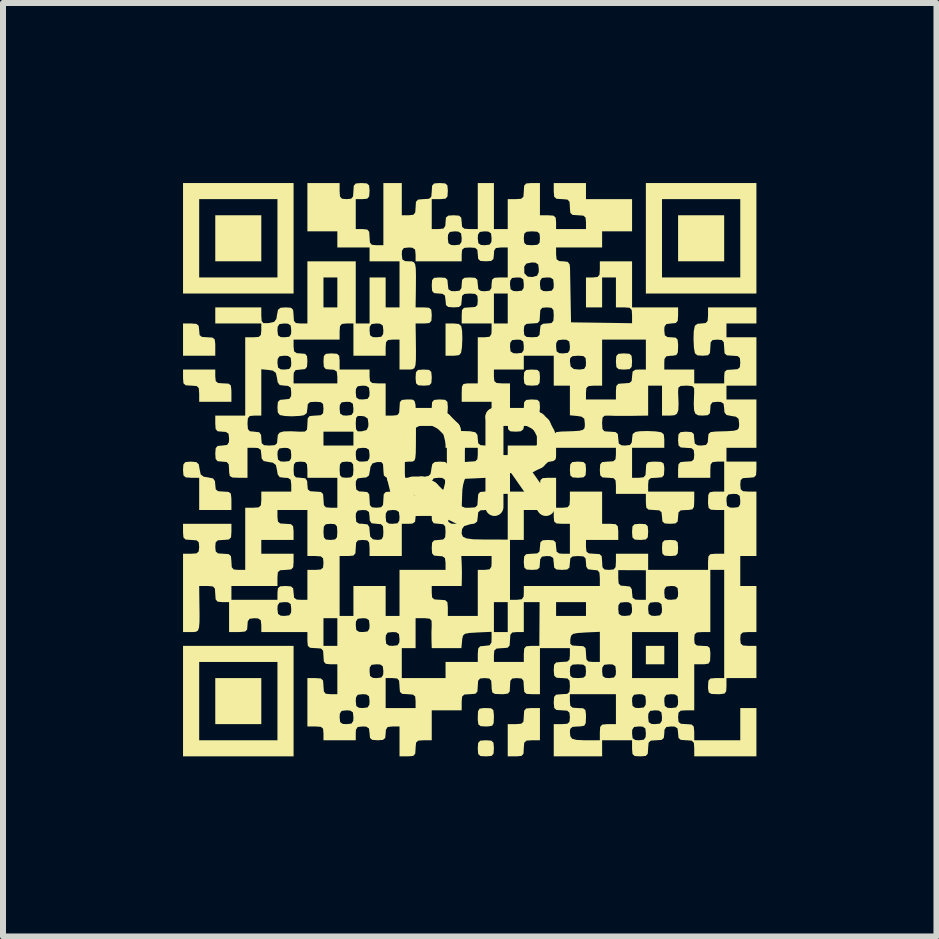
<source format=kicad_pcb>
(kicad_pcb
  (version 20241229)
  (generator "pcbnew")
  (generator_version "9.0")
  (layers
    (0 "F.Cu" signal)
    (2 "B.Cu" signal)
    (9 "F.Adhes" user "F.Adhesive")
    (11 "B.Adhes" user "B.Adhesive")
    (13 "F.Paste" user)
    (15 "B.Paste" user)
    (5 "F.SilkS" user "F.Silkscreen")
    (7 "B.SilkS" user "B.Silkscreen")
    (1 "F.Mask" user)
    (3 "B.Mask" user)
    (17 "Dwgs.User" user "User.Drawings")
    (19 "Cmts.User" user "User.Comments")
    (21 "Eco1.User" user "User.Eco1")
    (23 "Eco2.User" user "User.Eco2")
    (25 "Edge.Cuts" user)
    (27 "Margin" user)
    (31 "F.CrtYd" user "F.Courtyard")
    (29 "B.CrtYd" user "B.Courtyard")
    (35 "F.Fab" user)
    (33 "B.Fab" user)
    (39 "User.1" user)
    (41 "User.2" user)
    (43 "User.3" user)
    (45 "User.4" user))
  (footprint "QR"
    (layer "F.Cu")
    (at 4.796 4.719)
    (property "Reference" "QR" (at 0 0 0) (layer "F.SilkS") (effects (font (size 1.5 1.5) (thickness 0.3))))
    (attr board_only exclude_from_pos_files exclude_from_bom)
    (fp_poly (pts (xy -3.492 -3.798) (xy -3.492 -3.415) (xy -3.875 -3.415) (xy -4.259 -3.415) (xy -4.259 -3.798) (xy -4.259 -4.182) (xy -3.875 -4.182) (xy -3.492 -4.182)) (stroke (width 0) (type solid)) (fill yes) (layer "F.SilkS"))
    (fp_poly (pts (xy -3.492 3.914) (xy -3.492 4.297) (xy -3.875 4.297) (xy -4.259 4.297) (xy -4.259 3.914) (xy -4.259 3.53) (xy -3.875 3.53) (xy -3.492 3.53)) (stroke (width 0) (type solid)) (fill yes) (layer "F.SilkS"))
    (fp_poly (pts (xy 3.223 3.146) (xy 3.223 3.3) (xy 3.069 3.3) (xy 2.916 3.3) (xy 2.916 3.146) (xy 2.916 2.993) (xy 3.069 2.993) (xy 3.223 2.993)) (stroke (width 0) (type solid)) (fill yes) (layer "F.SilkS"))
    (fp_poly (pts (xy 4.221 -3.798) (xy 4.221 -3.415) (xy 3.837 -3.415) (xy 3.453 -3.415) (xy 3.453 -3.798) (xy 3.453 -4.182) (xy 3.837 -4.182) (xy 4.221 -4.182)) (stroke (width 0) (type solid)) (fill yes) (layer "F.SilkS"))
    (fp_poly (pts (xy -0.2 -2.371) (xy -0.16 -2.334) (xy -0.146 -2.254) (xy -0.142 -2.126) (xy -0.148 -1.989) (xy -0.148 -1.986) (xy -0.163 -1.891) (xy -0.197 -1.851) (xy -0.275 -1.842) (xy -0.292 -1.842) (xy -0.422 -1.842) (xy -0.422 -2.11) (xy -0.422 -2.379) (xy -0.29 -2.379)) (stroke (width 0) (type solid)) (fill yes) (layer "F.SilkS"))
    (fp_poly (pts (xy -4.572 -2.372) (xy -4.535 -2.34) (xy -4.527 -2.264) (xy -4.52 -2.186) (xy -4.482 -2.155) (xy -4.393 -2.149) (xy -4.307 -2.144) (xy -4.269 -2.115) (xy -4.259 -2.04) (xy -4.259 -1.995) (xy -4.259 -1.842) (xy -4.527 -1.842) (xy -4.796 -1.842) (xy -4.796 -2.11) (xy -4.796 -2.379) (xy -4.662 -2.379)) (stroke (width 0) (type solid)) (fill yes) (layer "F.SilkS"))
    (fp_poly (pts (xy -0.697 -1.606) (xy -0.66 -1.572) (xy -0.652 -1.487) (xy -0.652 -1.477) (xy -0.658 -1.387) (xy -0.692 -1.35) (xy -0.776 -1.343) (xy -0.787 -1.343) (xy -0.877 -1.349) (xy -0.913 -1.382) (xy -0.921 -1.467) (xy -0.921 -1.477) (xy -0.915 -1.567) (xy -0.881 -1.604) (xy -0.797 -1.611) (xy -0.787 -1.611)) (stroke (width 0) (type solid)) (fill yes) (layer "F.SilkS"))
    (fp_poly (pts (xy -0.428 -1.107) (xy -0.391 -1.073) (xy -0.384 -0.989) (xy -0.384 -0.978) (xy -0.39 -0.888) (xy -0.423 -0.851) (xy -0.508 -0.844) (xy -0.518 -0.844) (xy -0.608 -0.85) (xy -0.645 -0.884) (xy -0.652 -0.968) (xy -0.652 -0.978) (xy -0.646 -1.068) (xy -0.613 -1.105) (xy -0.528 -1.113) (xy -0.518 -1.113)) (stroke (width 0) (type solid)) (fill yes) (layer "F.SilkS"))
    (fp_poly (pts (xy 0.335 4.033) (xy 0.374 4.062) (xy 0.383 4.137) (xy 0.384 4.182) (xy 0.38 4.28) (xy 0.355 4.324) (xy 0.289 4.335) (xy 0.249 4.336) (xy 0.163 4.331) (xy 0.125 4.302) (xy 0.115 4.227) (xy 0.115 4.182) (xy 0.119 4.084) (xy 0.144 4.04) (xy 0.21 4.029) (xy 0.249 4.029)) (stroke (width 0) (type solid)) (fill yes) (layer "F.SilkS"))
    (fp_poly (pts (xy 0.339 4.572) (xy 0.376 4.605) (xy 0.384 4.69) (xy 0.384 4.7) (xy 0.378 4.79) (xy 0.344 4.827) (xy 0.26 4.834) (xy 0.249 4.834) (xy 0.159 4.829) (xy 0.122 4.795) (xy 0.115 4.71) (xy 0.115 4.7) (xy 0.121 4.61) (xy 0.155 4.573) (xy 0.239 4.566) (xy 0.249 4.566)) (stroke (width 0) (type solid)) (fill yes) (layer "F.SilkS"))
    (fp_poly (pts (xy 1.107 -1.606) (xy 1.144 -1.572) (xy 1.151 -1.487) (xy 1.151 -1.477) (xy 1.145 -1.387) (xy 1.112 -1.35) (xy 1.027 -1.343) (xy 1.017 -1.343) (xy 0.927 -1.349) (xy 0.89 -1.382) (xy 0.882 -1.467) (xy 0.882 -1.477) (xy 0.888 -1.567) (xy 0.922 -1.604) (xy 1.007 -1.611) (xy 1.017 -1.611)) (stroke (width 0) (type solid)) (fill yes) (layer "F.SilkS"))
    (fp_poly (pts (xy 1.874 -0.071) (xy 1.911 -0.037) (xy 1.918 0.047) (xy 1.918 0.058) (xy 1.912 0.148) (xy 1.879 0.184) (xy 1.794 0.192) (xy 1.784 0.192) (xy 1.694 0.186) (xy 1.657 0.152) (xy 1.65 0.068) (xy 1.65 0.058) (xy 1.656 -0.032) (xy 1.689 -0.069) (xy 1.774 -0.077) (xy 1.784 -0.077)) (stroke (width 0) (type solid)) (fill yes) (layer "F.SilkS"))
    (fp_poly (pts (xy 2.642 -1.874) (xy 2.678 -1.841) (xy 2.686 -1.756) (xy 2.686 -1.746) (xy 2.68 -1.656) (xy 2.646 -1.619) (xy 2.562 -1.611) (xy 2.552 -1.611) (xy 2.462 -1.617) (xy 2.425 -1.651) (xy 2.417 -1.736) (xy 2.417 -1.746) (xy 2.423 -1.836) (xy 2.457 -1.873) (xy 2.541 -1.88) (xy 2.552 -1.88)) (stroke (width 0) (type solid)) (fill yes) (layer "F.SilkS"))
    (fp_poly (pts (xy 2.91 0.965) (xy 2.947 0.999) (xy 2.954 1.083) (xy 2.954 1.094) (xy 2.948 1.184) (xy 2.915 1.22) (xy 2.83 1.228) (xy 2.82 1.228) (xy 2.73 1.222) (xy 2.693 1.188) (xy 2.686 1.104) (xy 2.686 1.094) (xy 2.692 1.003) (xy 2.725 0.967) (xy 2.81 0.959) (xy 2.82 0.959)) (stroke (width 0) (type solid)) (fill yes) (layer "F.SilkS"))
    (fp_poly (pts (xy 3.409 1.234) (xy 3.446 1.267) (xy 3.453 1.352) (xy 3.453 1.362) (xy 3.447 1.452) (xy 3.414 1.489) (xy 3.329 1.496) (xy 3.319 1.496) (xy 3.229 1.49) (xy 3.192 1.457) (xy 3.185 1.372) (xy 3.185 1.362) (xy 3.191 1.272) (xy 3.224 1.235) (xy 3.309 1.228) (xy 3.319 1.228)) (stroke (width 0) (type solid)) (fill yes) (layer "F.SilkS"))
    (fp_poly (pts (xy -2.954 -3.798) (xy -2.954 -2.878) (xy -3.875 -2.878) (xy -4.796 -2.878) (xy -4.796 -3.798) (xy -4.796 -4.451) (xy -4.527 -4.451) (xy -4.527 -3.798) (xy -4.527 -3.146) (xy -3.875 -3.146) (xy -3.223 -3.146) (xy -3.223 -3.798) (xy -3.223 -4.451) (xy -3.875 -4.451) (xy -4.527 -4.451) (xy -4.796 -4.451) (xy -4.796 -4.719) (xy -3.875 -4.719) (xy -2.954 -4.719)) (stroke (width 0) (type solid)) (fill yes) (layer "F.SilkS"))
    (fp_poly (pts (xy -2.954 3.914) (xy -2.954 4.834) (xy -3.875 4.834) (xy -4.796 4.834) (xy -4.796 3.914) (xy -4.796 3.261) (xy -4.527 3.261) (xy -4.527 3.914) (xy -4.527 4.566) (xy -3.875 4.566) (xy -3.223 4.566) (xy -3.223 3.914) (xy -3.223 3.261) (xy -3.875 3.261) (xy -4.527 3.261) (xy -4.796 3.261) (xy -4.796 2.993) (xy -3.875 2.993) (xy -2.954 2.993)) (stroke (width 0) (type solid)) (fill yes) (layer "F.SilkS"))
    (fp_poly (pts (xy 4.758 -3.798) (xy 4.758 -2.878) (xy 3.837 -2.878) (xy 2.916 -2.878) (xy 2.916 -3.798) (xy 2.916 -4.451) (xy 3.185 -4.451) (xy 3.185 -3.798) (xy 3.185 -3.146) (xy 3.837 -3.146) (xy 4.489 -3.146) (xy 4.489 -3.798) (xy 4.489 -4.451) (xy 3.837 -4.451) (xy 3.185 -4.451) (xy 2.916 -4.451) (xy 2.916 -4.719) (xy 3.837 -4.719) (xy 4.758 -4.719)) (stroke (width 0) (type solid)) (fill yes) (layer "F.SilkS"))
    (fp_poly (pts (xy -4.259 -1.496) (xy -4.251 -1.419) (xy -4.213 -1.387) (xy -4.125 -1.381) (xy -4.039 -1.377) (xy -4 -1.348) (xy -3.991 -1.273) (xy -3.99 -1.228) (xy -3.99 -1.074) (xy -4.259 -1.074) (xy -4.527 -1.074) (xy -4.527 -1.209) (xy -4.533 -1.299) (xy -4.567 -1.336) (xy -4.652 -1.343) (xy -4.662 -1.343) (xy -4.752 -1.349) (xy -4.789 -1.382) (xy -4.796 -1.467) (xy -4.796 -1.477) (xy -4.796 -1.611) (xy -4.527 -1.611) (xy -4.259 -1.611)) (stroke (width 0) (type solid)) (fill yes) (layer "F.SilkS"))
    (fp_poly (pts (xy 1.151 4.297) (xy 1.151 4.566) (xy 1.017 4.566) (xy 0.927 4.572) (xy 0.89 4.605) (xy 0.882 4.69) (xy 0.882 4.7) (xy 0.877 4.79) (xy 0.843 4.827) (xy 0.758 4.834) (xy 0.748 4.834) (xy 0.614 4.834) (xy 0.614 4.566) (xy 0.614 4.297) (xy 0.748 4.297) (xy 0.838 4.291) (xy 0.875 4.258) (xy 0.882 4.173) (xy 0.882 4.163) (xy 0.888 4.073) (xy 0.922 4.036) (xy 1.007 4.029) (xy 1.017 4.029) (xy 1.151 4.029)) (stroke (width 0) (type solid)) (fill yes) (layer "F.SilkS"))
    (fp_poly (pts (xy -4.574 -0.069) (xy -4.534 -0.032) (xy -4.52 0.048) (xy -4.502 0.136) (xy -4.452 0.174) (xy -4.384 0.185) (xy -4.297 0.202) (xy -4.264 0.247) (xy -4.259 0.309) (xy -4.251 0.385) (xy -4.212 0.416) (xy -4.125 0.422) (xy -4.039 0.427) (xy -4 0.455) (xy -3.991 0.53) (xy -3.99 0.576) (xy -3.99 0.729) (xy -4.259 0.729) (xy -4.527 0.729) (xy -4.527 0.46) (xy -4.527 0.192) (xy -4.662 0.192) (xy -4.752 0.186) (xy -4.789 0.152) (xy -4.796 0.068) (xy -4.796 0.058) (xy -4.79 -0.032) (xy -4.757 -0.069) (xy -4.673 -0.077) (xy -4.664 -0.077)) (stroke (width 0) (type solid)) (fill yes) (layer "F.SilkS"))
    (fp_poly (pts (xy -2.187 -4.585) (xy -2.181 -4.495) (xy -2.148 -4.458) (xy -2.072 -4.451) (xy -1.995 -4.458) (xy -1.963 -4.496) (xy -1.957 -4.585) (xy -1.951 -4.675) (xy -1.917 -4.712) (xy -1.833 -4.719) (xy -1.823 -4.719) (xy -1.733 -4.713) (xy -1.696 -4.68) (xy -1.688 -4.595) (xy -1.688 -4.585) (xy -1.695 -4.495) (xy -1.727 -4.458) (xy -1.803 -4.451) (xy -1.918 -4.451) (xy -1.918 -4.201) (xy -1.918 -3.952) (xy -1.803 -3.952) (xy -1.726 -3.944) (xy -1.694 -3.907) (xy -1.688 -3.818) (xy -1.682 -3.727) (xy -1.649 -3.69) (xy -1.573 -3.683) (xy -1.458 -3.683) (xy -1.458 -3.798) (xy -0.384 -3.798) (xy -0.374 -3.717) (xy -0.329 -3.687) (xy -0.269 -3.683) (xy -0.187 -3.693) (xy -0.157 -3.738) (xy -0.153 -3.798) (xy 0.115 -3.798) (xy 0.125 -3.717) (xy 0.169 -3.687) (xy 0.23 -3.683) (xy 0.312 -3.693) (xy 0.342 -3.738) (xy 0.345 -3.798) (xy 0.882 -3.798) (xy 0.89 -3.721) (xy 0.928 -3.689) (xy 1.017 -3.683) (xy 1.107 -3.69) (xy 1.144 -3.722) (xy 1.151 -3.798) (xy 1.144 -3.876) (xy 1.106 -3.908) (xy 1.017 -3.914) (xy 0.927 -3.907) (xy 0.89 -3.875) (xy 0.882 -3.798) (xy 0.345 -3.798) (xy 0.336 -3.88) (xy 0.291 -3.91) (xy 0.23 -3.914) (xy 0.149 -3.904) (xy 0.119 -3.859) (xy 0.115 -3.798) (xy -0.153 -3.798) (xy -0.163 -3.88) (xy -0.208 -3.91) (xy -0.269 -3.914) (xy -0.35 -3.904) (xy -0.38 -3.859) (xy -0.384 -3.798) (xy -1.458 -3.798) (xy -1.458 -4.201) (xy -1.458 -4.719) (xy -1.305 -4.719) (xy -1.151 -4.719) (xy -1.151 -4.451) (xy -1.151 -4.182) (xy -1.036 -4.182) (xy -0.959 -4.19) (xy -0.927 -4.228) (xy -0.921 -4.316) (xy -0.915 -4.406) (xy -0.881 -4.443) (xy -0.797 -4.451) (xy -0.787 -4.451) (xy -0.697 -4.457) (xy -0.66 -4.49) (xy -0.652 -4.575) (xy -0.652 -4.585) (xy -0.646 -4.675) (xy -0.613 -4.712) (xy -0.528 -4.719) (xy -0.518 -4.719) (xy -0.428 -4.713) (xy -0.391 -4.68) (xy -0.384 -4.595) (xy -0.384 -4.585) (xy -0.39 -4.495) (xy -0.423 -4.458) (xy -0.508 -4.451) (xy -0.518 -4.451) (xy -0.652 -4.451) (xy -0.652 -4.201) (xy -0.652 -3.952) (xy -0.537 -3.952) (xy -0.456 -3.961) (xy -0.426 -4.006) (xy -0.422 -4.067) (xy -0.415 -4.144) (xy -0.377 -4.176) (xy -0.288 -4.182) (xy -0.198 -4.176) (xy -0.161 -4.143) (xy -0.153 -4.067) (xy -0.146 -3.99) (xy -0.108 -3.958) (xy -0.019 -3.952) (xy 0.115 -3.952) (xy 0.115 -4.336) (xy 0.115 -4.719) (xy 0.249 -4.719) (xy 0.384 -4.719) (xy 0.384 -4.336) (xy 0.384 -3.952) (xy 0.499 -3.952) (xy 0.614 -3.952) (xy 0.614 -4.201) (xy 0.614 -4.451) (xy 0.748 -4.451) (xy 0.838 -4.457) (xy 0.875 -4.49) (xy 0.882 -4.575) (xy 0.882 -4.585) (xy 0.888 -4.675) (xy 0.922 -4.712) (xy 1.007 -4.719) (xy 1.017 -4.719) (xy 1.151 -4.719) (xy 1.151 -4.451) (xy 1.151 -4.182) (xy 1.285 -4.182) (xy 1.376 -4.176) (xy 1.413 -4.143) (xy 1.42 -4.067) (xy 1.42 -3.952) (xy 1.669 -3.952) (xy 1.918 -3.952) (xy 1.918 -4.067) (xy 1.911 -4.144) (xy 1.873 -4.176) (xy 1.784 -4.182) (xy 1.694 -4.188) (xy 1.657 -4.222) (xy 1.65 -4.306) (xy 1.65 -4.316) (xy 1.644 -4.406) (xy 1.61 -4.443) (xy 1.526 -4.451) (xy 1.516 -4.451) (xy 1.426 -4.457) (xy 1.389 -4.49) (xy 1.381 -4.575) (xy 1.381 -4.585) (xy 1.381 -4.719) (xy 1.65 -4.719) (xy 1.918 -4.719) (xy 1.918 -4.585) (xy 1.918 -4.451) (xy 2.302 -4.451) (xy 2.686 -4.451) (xy 2.686 -4.182) (xy 2.686 -3.914) (xy 2.436 -3.914) (xy 2.187 -3.914) (xy 2.187 -3.779) (xy 2.187 -3.645) (xy 1.803 -3.645) (xy 1.42 -3.645) (xy 1.42 -3.53) (xy 1.429 -3.448) (xy 1.474 -3.418) (xy 1.535 -3.415) (xy 1.614 -3.406) (xy 1.646 -3.364) (xy 1.653 -3.29) (xy 1.654 -3.198) (xy 1.657 -3.052) (xy 1.66 -2.879) (xy 1.662 -2.782) (xy 1.669 -2.398) (xy 2.177 -2.391) (xy 2.686 -2.383) (xy 2.686 -2.515) (xy 2.68 -2.604) (xy 2.646 -2.64) (xy 2.56 -2.647) (xy 2.552 -2.647) (xy 2.417 -2.647) (xy 2.417 -2.897) (xy 2.417 -3.146) (xy 2.302 -3.146) (xy 2.187 -3.146) (xy 2.187 -2.897) (xy 2.187 -2.647) (xy 2.053 -2.647) (xy 1.918 -2.647) (xy 1.918 -2.897) (xy 1.918 -3.146) (xy 2.034 -3.146) (xy 2.111 -3.154) (xy 2.143 -3.192) (xy 2.149 -3.281) (xy 2.149 -3.415) (xy 2.417 -3.415) (xy 2.686 -3.415) (xy 2.686 -3.031) (xy 2.686 -2.647) (xy 3.069 -2.647) (xy 3.453 -2.647) (xy 3.453 -2.513) (xy 3.447 -2.423) (xy 3.414 -2.386) (xy 3.338 -2.379) (xy 3.257 -2.369) (xy 3.226 -2.324) (xy 3.223 -2.264) (xy 3.232 -2.182) (xy 3.277 -2.152) (xy 3.338 -2.149) (xy 3.412 -2.143) (xy 3.445 -2.11) (xy 3.453 -2.028) (xy 3.453 -1.995) (xy 3.449 -1.897) (xy 3.424 -1.853) (xy 3.363 -1.842) (xy 3.338 -1.842) (xy 3.257 -1.832) (xy 3.226 -1.787) (xy 3.223 -1.727) (xy 3.223 -1.611) (xy 3.472 -1.611) (xy 3.722 -1.611) (xy 3.722 -1.496) (xy 3.722 -1.381) (xy 3.971 -1.381) (xy 4.221 -1.381) (xy 4.221 -1.496) (xy 4.228 -1.574) (xy 4.266 -1.605) (xy 4.355 -1.611) (xy 4.445 -1.618) (xy 4.482 -1.65) (xy 4.489 -1.727) (xy 4.482 -1.804) (xy 4.444 -1.836) (xy 4.355 -1.842) (xy 4.265 -1.848) (xy 4.228 -1.881) (xy 4.221 -1.966) (xy 4.221 -1.976) (xy 4.214 -2.066) (xy 4.182 -2.103) (xy 4.105 -2.11) (xy 4.028 -2.103) (xy 3.996 -2.065) (xy 3.99 -1.976) (xy 3.984 -1.886) (xy 3.951 -1.849) (xy 3.868 -1.842) (xy 3.86 -1.842) (xy 3.774 -1.848) (xy 3.734 -1.882) (xy 3.718 -1.967) (xy 3.716 -1.986) (xy 3.71 -2.122) (xy 3.714 -2.251) (xy 3.715 -2.254) (xy 3.732 -2.341) (xy 3.777 -2.374) (xy 3.839 -2.379) (xy 3.915 -2.387) (xy 3.946 -2.425) (xy 3.952 -2.513) (xy 3.952 -2.647) (xy 4.355 -2.647) (xy 4.758 -2.647) (xy 4.758 -2.513) (xy 4.758 -2.379) (xy 4.508 -2.379) (xy 4.259 -2.379) (xy 4.259 -2.264) (xy 4.259 -2.149) (xy 4.508 -2.149) (xy 4.758 -2.149) (xy 4.758 -1.746) (xy 4.758 -1.343) (xy 4.508 -1.343) (xy 4.259 -1.343) (xy 4.259 -1.228) (xy 4.259 -1.113) (xy 4.508 -1.113) (xy 4.758 -1.113) (xy 4.758 -0.71) (xy 4.758 -0.307) (xy 4.508 -0.307) (xy 4.259 -0.307) (xy 4.259 -0.192) (xy 4.259 -0.077) (xy 4.508 -0.077) (xy 4.758 -0.077) (xy 4.758 0.058) (xy 4.752 0.148) (xy 4.718 0.184) (xy 4.634 0.192) (xy 4.623 0.192) (xy 4.533 0.198) (xy 4.496 0.231) (xy 4.489 0.307) (xy 4.497 0.384) (xy 4.535 0.416) (xy 4.623 0.422) (xy 4.758 0.422) (xy 4.758 0.959) (xy 4.758 1.496) (xy 4.623 1.496) (xy 4.489 1.496) (xy 4.489 1.746) (xy 4.489 1.995) (xy 4.623 1.995) (xy 4.758 1.995) (xy 4.758 2.379) (xy 4.758 2.763) (xy 4.623 2.763) (xy 4.533 2.769) (xy 4.496 2.802) (xy 4.489 2.878) (xy 4.497 2.955) (xy 4.535 2.987) (xy 4.623 2.993) (xy 4.758 2.993) (xy 4.758 3.261) (xy 4.758 3.53) (xy 4.508 3.53) (xy 4.259 3.53) (xy 4.259 3.664) (xy 4.254 3.75) (xy 4.226 3.788) (xy 4.151 3.798) (xy 4.105 3.798) (xy 4.007 3.794) (xy 3.964 3.769) (xy 3.952 3.704) (xy 3.952 3.664) (xy 3.958 3.574) (xy 3.991 3.537) (xy 4.076 3.53) (xy 4.086 3.53) (xy 4.221 3.53) (xy 4.221 2.628) (xy 4.221 1.727) (xy 4.105 1.727) (xy 3.99 1.727) (xy 3.99 2.245) (xy 3.99 2.763) (xy 3.856 2.763) (xy 3.766 2.769) (xy 3.729 2.802) (xy 3.722 2.878) (xy 3.729 2.955) (xy 3.767 2.987) (xy 3.856 2.993) (xy 3.942 2.997) (xy 3.98 3.026) (xy 3.99 3.101) (xy 3.99 3.146) (xy 3.986 3.244) (xy 3.961 3.288) (xy 3.896 3.299) (xy 3.856 3.3) (xy 3.722 3.3) (xy 3.722 3.683) (xy 3.722 4.067) (xy 3.587 4.067) (xy 3.497 4.073) (xy 3.46 4.106) (xy 3.453 4.182) (xy 3.461 4.26) (xy 3.499 4.291) (xy 3.587 4.297) (xy 3.677 4.303) (xy 3.714 4.337) (xy 3.722 4.421) (xy 3.722 4.432) (xy 3.722 4.566) (xy 4.105 4.566) (xy 4.489 4.566) (xy 4.489 4.297) (xy 4.489 4.029) (xy 4.623 4.029) (xy 4.758 4.029) (xy 4.758 4.432) (xy 4.758 4.834) (xy 4.24 4.834) (xy 3.722 4.834) (xy 3.722 4.7) (xy 3.716 4.61) (xy 3.682 4.573) (xy 3.598 4.566) (xy 3.587 4.566) (xy 3.497 4.559) (xy 3.46 4.527) (xy 3.453 4.451) (xy 3.444 4.369) (xy 3.399 4.339) (xy 3.338 4.336) (xy 3.257 4.345) (xy 3.226 4.39) (xy 3.223 4.451) (xy 3.215 4.528) (xy 3.178 4.56) (xy 3.089 4.566) (xy 2.999 4.572) (xy 2.962 4.605) (xy 2.954 4.69) (xy 2.954 4.7) (xy 2.948 4.79) (xy 2.915 4.827) (xy 2.83 4.834) (xy 2.82 4.834) (xy 2.73 4.829) (xy 2.693 4.795) (xy 2.686 4.71) (xy 2.686 4.7) (xy 2.686 4.566) (xy 2.436 4.566) (xy 2.187 4.566) (xy 2.187 4.7) (xy 2.187 4.834) (xy 1.784 4.834) (xy 1.381 4.834) (xy 1.381 4.566) (xy 1.381 4.297) (xy 1.516 4.297) (xy 1.606 4.291) (xy 1.643 4.258) (xy 1.65 4.182) (xy 1.642 4.105) (xy 1.604 4.073) (xy 1.516 4.067) (xy 1.426 4.061) (xy 1.389 4.028) (xy 1.381 3.943) (xy 1.381 3.933) (xy 1.387 3.843) (xy 1.421 3.806) (xy 1.505 3.799) (xy 1.516 3.798) (xy 1.65 3.798) (xy 1.65 3.914) (xy 1.657 3.991) (xy 1.695 4.023) (xy 1.784 4.029) (xy 1.87 4.033) (xy 1.908 4.062) (xy 1.918 4.137) (xy 1.918 4.182) (xy 1.914 4.28) (xy 1.889 4.324) (xy 1.824 4.335) (xy 1.784 4.336) (xy 1.693 4.343) (xy 1.656 4.376) (xy 1.65 4.425) (xy 1.657 4.498) (xy 1.688 4.541) (xy 1.761 4.56) (xy 1.891 4.566) (xy 1.925 4.566) (xy 2.149 4.566) (xy 2.149 4.451) (xy 2.686 4.451) (xy 2.695 4.532) (xy 2.74 4.562) (xy 2.801 4.566) (xy 2.882 4.556) (xy 2.912 4.512) (xy 2.916 4.451) (xy 2.907 4.369) (xy 2.862 4.339) (xy 2.801 4.336) (xy 2.719 4.345) (xy 2.689 4.39) (xy 2.686 4.451) (xy 2.149 4.451) (xy 2.149 4.432) (xy 2.155 4.342) (xy 2.188 4.305) (xy 2.273 4.297) (xy 2.283 4.297) (xy 2.417 4.297) (xy 2.417 4.182) (xy 2.954 4.182) (xy 2.964 4.264) (xy 3.009 4.294) (xy 3.069 4.297) (xy 3.151 4.288) (xy 3.181 4.243) (xy 3.185 4.182) (xy 3.175 4.101) (xy 3.13 4.071) (xy 3.069 4.067) (xy 2.988 4.077) (xy 2.958 4.121) (xy 2.954 4.182) (xy 2.417 4.182) (xy 2.417 4.048) (xy 2.417 3.914) (xy 2.686 3.914) (xy 2.695 3.995) (xy 2.74 4.025) (xy 2.801 4.029) (xy 2.882 4.019) (xy 2.912 3.974) (xy 2.916 3.914) (xy 3.223 3.914) (xy 3.232 3.995) (xy 3.277 4.025) (xy 3.338 4.029) (xy 3.42 4.019) (xy 3.45 3.974) (xy 3.453 3.914) (xy 3.444 3.832) (xy 3.399 3.802) (xy 3.338 3.798) (xy 3.257 3.808) (xy 3.226 3.853) (xy 3.223 3.914) (xy 2.916 3.914) (xy 2.907 3.832) (xy 2.862 3.802) (xy 2.801 3.798) (xy 2.719 3.808) (xy 2.689 3.853) (xy 2.686 3.914) (xy 2.417 3.914) (xy 2.417 3.798) (xy 2.034 3.798) (xy 1.65 3.798) (xy 1.516 3.798) (xy 1.606 3.793) (xy 1.642 3.759) (xy 1.65 3.674) (xy 1.65 3.664) (xy 1.644 3.574) (xy 1.61 3.537) (xy 1.526 3.53) (xy 1.516 3.53) (xy 1.426 3.524) (xy 1.389 3.49) (xy 1.382 3.415) (xy 1.65 3.415) (xy 1.657 3.492) (xy 1.695 3.524) (xy 1.784 3.53) (xy 1.874 3.523) (xy 1.911 3.491) (xy 1.918 3.415) (xy 2.187 3.415) (xy 2.197 3.496) (xy 2.241 3.526) (xy 2.302 3.53) (xy 2.384 3.52) (xy 2.414 3.476) (xy 2.417 3.415) (xy 2.408 3.333) (xy 2.363 3.303) (xy 2.302 3.3) (xy 2.221 3.309) (xy 2.191 3.354) (xy 2.187 3.415) (xy 1.918 3.415) (xy 1.911 3.337) (xy 1.873 3.306) (xy 1.784 3.3) (xy 1.694 3.306) (xy 1.657 3.339) (xy 1.65 3.415) (xy 1.382 3.415) (xy 1.381 3.406) (xy 1.381 3.396) (xy 1.387 3.306) (xy 1.421 3.269) (xy 1.505 3.261) (xy 1.516 3.261) (xy 1.606 3.255) (xy 1.643 3.222) (xy 1.65 3.146) (xy 1.65 3.031) (xy 1.4 3.031) (xy 1.151 3.031) (xy 1.151 3.415) (xy 1.151 3.798) (xy 1.017 3.798) (xy 0.927 3.793) (xy 0.89 3.759) (xy 0.882 3.674) (xy 0.882 3.664) (xy 0.876 3.574) (xy 0.844 3.537) (xy 0.767 3.53) (xy 0.69 3.537) (xy 0.658 3.575) (xy 0.652 3.664) (xy 0.648 3.75) (xy 0.619 3.788) (xy 0.544 3.798) (xy 0.499 3.798) (xy 0.401 3.794) (xy 0.357 3.769) (xy 0.346 3.704) (xy 0.345 3.664) (xy 0.339 3.574) (xy 0.306 3.537) (xy 0.23 3.53) (xy 0.153 3.537) (xy 0.121 3.575) (xy 0.115 3.664) (xy 0.109 3.754) (xy 0.076 3.791) (xy -0.009 3.798) (xy -0.019 3.798) (xy -0.109 3.804) (xy -0.146 3.838) (xy -0.153 3.923) (xy -0.153 3.933) (xy -0.153 4.067) (xy -0.403 4.067) (xy -0.652 4.067) (xy -0.652 4.316) (xy -0.652 4.566) (xy -0.787 4.566) (xy -0.877 4.572) (xy -0.913 4.605) (xy -0.921 4.69) (xy -0.921 4.7) (xy -0.927 4.79) (xy -0.96 4.827) (xy -1.045 4.834) (xy -1.055 4.834) (xy -1.189 4.834) (xy -1.189 4.585) (xy -1.189 4.336) (xy -1.305 4.336) (xy -1.386 4.345) (xy -1.416 4.39) (xy -1.42 4.451) (xy -1.427 4.528) (xy -1.465 4.56) (xy -1.554 4.566) (xy -1.644 4.559) (xy -1.681 4.527) (xy -1.688 4.451) (xy -1.698 4.369) (xy -1.743 4.339) (xy -1.803 4.336) (xy -1.885 4.345) (xy -1.915 4.39) (xy -1.918 4.451) (xy -1.918 4.566) (xy -2.187 4.566) (xy -2.456 4.566) (xy -2.456 4.451) (xy -2.463 4.373) (xy -2.501 4.342) (xy -2.59 4.336) (xy -2.724 4.336) (xy -2.724 4.182) (xy -2.187 4.182) (xy -2.178 4.264) (xy -2.133 4.294) (xy -2.072 4.297) (xy -1.99 4.288) (xy -1.96 4.243) (xy -1.957 4.182) (xy -1.966 4.101) (xy -2.011 4.071) (xy -2.072 4.067) (xy -2.153 4.077) (xy -2.183 4.121) (xy -2.187 4.182) (xy -2.724 4.182) (xy -2.724 3.933) (xy -2.724 3.914) (xy -1.918 3.914) (xy -1.909 3.995) (xy -1.864 4.025) (xy -1.803 4.029) (xy -1.722 4.019) (xy -1.692 3.974) (xy -1.688 3.914) (xy -1.698 3.832) (xy -1.743 3.802) (xy -1.803 3.798) (xy -1.885 3.808) (xy -1.915 3.853) (xy -1.918 3.914) (xy -2.724 3.914) (xy -2.724 3.53) (xy -2.59 3.53) (xy -2.5 3.536) (xy -2.463 3.569) (xy -2.456 3.654) (xy -2.456 3.664) (xy -2.449 3.754) (xy -2.417 3.791) (xy -2.34 3.798) (xy -2.225 3.798) (xy -2.225 3.549) (xy -2.225 3.415) (xy -1.688 3.415) (xy -1.679 3.496) (xy -1.634 3.526) (xy -1.573 3.53) (xy -1.42 3.53) (xy -1.42 3.779) (xy -1.42 4.029) (xy -1.17 4.029) (xy -0.921 4.029) (xy -0.921 3.914) (xy -0.928 3.836) (xy -0.966 3.805) (xy -1.055 3.798) (xy -1.145 3.793) (xy -1.182 3.759) (xy -1.189 3.674) (xy -1.189 3.664) (xy -1.196 3.574) (xy -1.228 3.537) (xy -1.305 3.53) (xy -1.151 3.53) (xy -0.787 3.53) (xy -0.422 3.53) (xy -0.422 3.396) (xy -0.422 3.261) (xy -0.153 3.261) (xy 0.115 3.261) (xy 0.384 3.261) (xy 0.633 3.261) (xy 0.882 3.261) (xy 0.882 3.127) (xy 0.889 3.037) (xy 0.922 3) (xy 1.005 2.993) (xy 1.012 2.993) (xy 1.141 2.993) (xy 1.141 2.957) (xy 1.656 2.957) (xy 1.689 2.987) (xy 1.778 2.993) (xy 1.782 2.993) (xy 1.873 2.998) (xy 1.911 3.031) (xy 1.918 3.112) (xy 1.918 3.127) (xy 1.925 3.217) (xy 1.957 3.254) (xy 2.034 3.261) (xy 2.149 3.261) (xy 2.149 3.01) (xy 2.149 2.763) (xy 2.686 2.763) (xy 2.686 3.146) (xy 2.686 3.53) (xy 3.069 3.53) (xy 3.453 3.53) (xy 3.453 3.146) (xy 3.453 2.763) (xy 3.069 2.763) (xy 2.686 2.763) (xy 2.149 2.763) (xy 2.149 2.759) (xy 1.909 2.77) (xy 1.778 2.779) (xy 1.705 2.793) (xy 1.671 2.823) (xy 1.658 2.877) (xy 1.657 2.887) (xy 1.656 2.957) (xy 1.141 2.957) (xy 1.143 2.628) (xy 1.145 2.264) (xy 1.42 2.264) (xy 1.42 2.379) (xy 1.42 2.494) (xy 1.669 2.494) (xy 1.918 2.494) (xy 1.918 2.379) (xy 2.456 2.379) (xy 2.465 2.46) (xy 2.51 2.49) (xy 2.571 2.494) (xy 2.652 2.484) (xy 2.682 2.44) (xy 2.686 2.379) (xy 2.954 2.379) (xy 2.964 2.46) (xy 3.009 2.49) (xy 3.069 2.494) (xy 3.151 2.484) (xy 3.181 2.44) (xy 3.185 2.379) (xy 3.175 2.297) (xy 3.13 2.267) (xy 3.069 2.264) (xy 2.988 2.273) (xy 2.958 2.318) (xy 2.954 2.379) (xy 2.686 2.379) (xy 2.676 2.297) (xy 2.631 2.267) (xy 2.571 2.264) (xy 2.489 2.273) (xy 2.459 2.318) (xy 2.456 2.379) (xy 1.918 2.379) (xy 1.918 2.264) (xy 1.669 2.264) (xy 1.42 2.264) (xy 1.145 2.264) (xy 1.014 2.264) (xy 0.882 2.264) (xy 0.882 2.513) (xy 0.882 2.763) (xy 0.767 2.763) (xy 0.69 2.77) (xy 0.658 2.808) (xy 0.652 2.897) (xy 0.646 2.987) (xy 0.613 3.024) (xy 0.528 3.031) (xy 0.518 3.031) (xy 0.428 3.038) (xy 0.391 3.07) (xy 0.384 3.146) (xy 0.384 3.261) (xy 0.115 3.261) (xy 0.115 3.127) (xy 0.122 3.037) (xy 0.154 3) (xy 0.23 2.993) (xy 0.311 2.983) (xy 0.342 2.939) (xy 0.345 2.876) (xy 0.345 2.759) (xy 0.106 2.77) (xy -0.025 2.778) (xy -0.098 2.792) (xy -0.131 2.823) (xy -0.144 2.88) (xy -0.146 2.906) (xy -0.158 3.031) (xy -0.405 3.031) (xy -0.652 3.031) (xy -0.656 2.906) (xy -0.657 2.771) (xy -0.653 2.657) (xy -0.655 2.574) (xy -0.686 2.54) (xy -0.769 2.532) (xy -0.784 2.532) (xy -0.921 2.532) (xy -0.921 2.782) (xy -0.921 3.031) (xy -1.036 3.031) (xy -1.151 3.031) (xy -1.151 3.281) (xy -1.151 3.53) (xy -1.305 3.53) (xy -1.42 3.53) (xy -1.573 3.53) (xy -1.492 3.52) (xy -1.462 3.476) (xy -1.458 3.415) (xy -1.468 3.333) (xy -1.512 3.303) (xy -1.573 3.3) (xy -1.655 3.309) (xy -1.685 3.354) (xy -1.688 3.415) (xy -2.225 3.415) (xy -2.225 3.3) (xy -2.34 3.3) (xy -2.418 3.292) (xy -2.45 3.254) (xy -2.456 3.165) (xy -2.462 3.075) (xy -2.495 3.038) (xy -2.58 3.031) (xy -2.59 3.031) (xy -2.68 3.025) (xy -2.717 2.992) (xy -2.724 2.907) (xy -2.724 2.897) (xy -2.724 2.763) (xy -3.108 2.763) (xy -3.492 2.763) (xy -3.492 2.647) (xy -3.501 2.566) (xy -3.546 2.536) (xy -3.607 2.532) (xy -2.456 2.532) (xy -2.456 2.763) (xy -2.456 2.993) (xy -2.34 2.993) (xy -2.225 2.993) (xy -2.225 2.878) (xy -1.42 2.878) (xy -1.41 2.959) (xy -1.365 2.989) (xy -1.305 2.993) (xy -1.223 2.983) (xy -1.193 2.938) (xy -1.189 2.878) (xy -1.199 2.796) (xy -1.244 2.766) (xy -1.305 2.763) (xy -1.386 2.772) (xy -1.416 2.817) (xy -1.42 2.878) (xy -2.225 2.878) (xy -2.225 2.763) (xy -2.225 2.647) (xy -1.918 2.647) (xy -1.909 2.729) (xy -1.864 2.759) (xy -1.803 2.763) (xy -1.722 2.753) (xy -1.692 2.708) (xy -1.688 2.647) (xy -1.698 2.566) (xy -1.743 2.536) (xy -1.803 2.532) (xy -1.885 2.542) (xy -1.915 2.587) (xy -1.918 2.647) (xy -2.225 2.647) (xy -2.225 2.532) (xy -2.34 2.532) (xy -2.456 2.532) (xy -3.607 2.532) (xy -3.688 2.542) (xy -3.718 2.587) (xy -3.722 2.647) (xy -3.728 2.721) (xy -3.761 2.754) (xy -3.842 2.762) (xy -3.875 2.763) (xy -4.029 2.763) (xy -4.029 2.513) (xy -4.029 2.379) (xy -3.223 2.379) (xy -3.213 2.46) (xy -3.169 2.49) (xy -3.108 2.494) (xy -2.187 2.494) (xy -2.072 2.494) (xy -1.957 2.494) (xy -1.957 2.245) (xy -1.957 1.995) (xy -1.688 1.995) (xy -1.42 1.995) (xy -1.42 2.245) (xy -1.42 2.494) (xy -1.305 2.494) (xy -1.189 2.494) (xy -1.189 2.11) (xy -0.652 2.11) (xy -0.645 2.188) (xy -0.607 2.219) (xy -0.518 2.225) (xy -0.428 2.231) (xy -0.391 2.265) (xy -0.384 2.349) (xy -0.384 2.36) (xy -0.384 2.494) (xy -0.134 2.494) (xy 0.115 2.494) (xy 0.115 2.264) (xy 0.384 2.264) (xy 0.384 2.513) (xy 0.384 2.763) (xy 0.499 2.763) (xy 0.614 2.763) (xy 0.614 2.513) (xy 0.614 2.264) (xy 0.499 2.264) (xy 0.384 2.264) (xy 0.115 2.264) (xy 0.115 2.225) (xy 0.652 2.225) (xy 0.767 2.225) (xy 0.849 2.216) (xy 0.879 2.171) (xy 0.882 2.11) (xy 0.882 1.995) (xy 1.516 1.995) (xy 2.149 1.995) (xy 2.149 1.861) (xy 2.142 1.771) (xy 2.11 1.734) (xy 2.077 1.731) (xy 2.456 1.731) (xy 2.456 1.863) (xy 2.462 1.952) (xy 2.496 1.989) (xy 2.571 1.995) (xy 2.652 2.005) (xy 2.682 2.05) (xy 2.686 2.11) (xy 2.695 2.192) (xy 2.74 2.222) (xy 2.801 2.225) (xy 2.916 2.225) (xy 2.916 2.11) (xy 3.223 2.11) (xy 3.232 2.192) (xy 3.277 2.222) (xy 3.338 2.225) (xy 3.42 2.216) (xy 3.45 2.171) (xy 3.453 2.11) (xy 3.444 2.029) (xy 3.399 1.999) (xy 3.338 1.995) (xy 3.257 2.005) (xy 3.226 2.05) (xy 3.223 2.11) (xy 2.916 2.11) (xy 2.916 1.979) (xy 2.916 1.733) (xy 2.686 1.732) (xy 2.456 1.731) (xy 2.077 1.731) (xy 2.034 1.727) (xy 1.952 1.717) (xy 1.922 1.672) (xy 1.918 1.611) (xy 1.911 1.534) (xy 1.873 1.502) (xy 1.784 1.496) (xy 1.694 1.503) (xy 1.657 1.535) (xy 1.65 1.611) (xy 1.642 1.689) (xy 1.604 1.721) (xy 1.516 1.727) (xy 1.425 1.72) (xy 1.388 1.688) (xy 1.381 1.611) (xy 1.372 1.53) (xy 1.327 1.5) (xy 1.266 1.496) (xy 1.185 1.506) (xy 1.155 1.551) (xy 1.151 1.611) (xy 1.144 1.689) (xy 1.106 1.721) (xy 1.017 1.727) (xy 0.927 1.721) (xy 0.89 1.687) (xy 0.882 1.603) (xy 0.882 1.592) (xy 0.888 1.502) (xy 0.922 1.465) (xy 1.007 1.458) (xy 1.017 1.458) (xy 1.107 1.452) (xy 1.144 1.419) (xy 1.151 1.343) (xy 1.159 1.266) (xy 1.197 1.234) (xy 1.285 1.228) (xy 1.376 1.234) (xy 1.413 1.267) (xy 1.42 1.343) (xy 1.429 1.424) (xy 1.474 1.454) (xy 1.535 1.458) (xy 1.65 1.458) (xy 1.65 1.209) (xy 1.65 0.959) (xy 1.516 0.959) (xy 1.425 0.953) (xy 1.388 0.92) (xy 1.381 0.844) (xy 1.381 0.729) (xy 1.132 0.729) (xy 0.882 0.729) (xy 0.882 0.978) (xy 0.882 1.228) (xy 0.767 1.228) (xy 0.652 1.228) (xy 0.652 1.727) (xy 0.652 2.225) (xy 0.115 2.225) (xy 0.115 2.11) (xy 0.115 1.727) (xy 0.23 1.727) (xy 0.312 1.717) (xy 0.342 1.672) (xy 0.345 1.611) (xy 0.345 1.496) (xy 0.093 1.496) (xy -0.159 1.496) (xy -0.153 1.621) (xy -0.149 1.757) (xy -0.15 1.87) (xy -0.153 1.995) (xy -0.403 1.995) (xy -0.652 1.995) (xy -0.652 2.11) (xy -1.189 2.11) (xy -1.189 1.727) (xy -0.806 1.727) (xy -0.422 1.727) (xy -0.422 1.611) (xy -0.432 1.53) (xy -0.476 1.5) (xy -0.537 1.496) (xy -0.614 1.489) (xy -0.646 1.451) (xy -0.652 1.362) (xy -0.646 1.272) (xy -0.613 1.235) (xy -0.537 1.228) (xy -0.46 1.22) (xy -0.428 1.182) (xy -0.424 1.123) (xy -0.154 1.123) (xy -0.133 1.173) (xy -0.073 1.202) (xy 0.038 1.217) (xy 0.212 1.221) (xy 0.247 1.221) (xy 0.614 1.222) (xy 0.614 0.841) (xy 0.614 0.46) (xy 0.499 0.46) (xy 0.421 0.468) (xy 0.39 0.506) (xy 0.384 0.595) (xy 0.378 0.685) (xy 0.344 0.722) (xy 0.26 0.729) (xy 0.249 0.729) (xy 0.159 0.735) (xy 0.122 0.768) (xy 0.115 0.842) (xy 0.105 0.921) (xy 0.059 0.956) (xy -0.009 0.966) (xy -0.112 0.997) (xy -0.147 1.048) (xy -0.154 1.123) (xy -0.424 1.123) (xy -0.422 1.094) (xy -0.428 1.003) (xy -0.461 0.966) (xy -0.537 0.959) (xy -0.619 0.95) (xy -0.649 0.905) (xy -0.652 0.844) (xy -0.384 0.844) (xy -0.374 0.926) (xy -0.329 0.956) (xy -0.269 0.959) (xy -0.187 0.95) (xy -0.157 0.905) (xy -0.153 0.844) (xy -0.163 0.763) (xy -0.208 0.733) (xy -0.269 0.729) (xy -0.35 0.739) (xy -0.38 0.783) (xy -0.384 0.844) (xy -0.652 0.844) (xy -0.66 0.767) (xy -0.698 0.735) (xy -0.787 0.729) (xy -0.877 0.735) (xy -0.914 0.768) (xy -0.921 0.844) (xy -0.93 0.926) (xy -0.975 0.956) (xy -1.036 0.959) (xy -1.151 0.959) (xy -1.151 1.228) (xy -1.151 1.496) (xy -1.42 1.496) (xy -1.688 1.496) (xy -1.688 1.362) (xy -1.695 1.272) (xy -1.727 1.235) (xy -1.803 1.228) (xy -1.881 1.235) (xy -1.912 1.273) (xy -1.918 1.362) (xy -1.924 1.452) (xy -1.958 1.489) (xy -2.042 1.496) (xy -2.053 1.496) (xy -2.187 1.496) (xy -2.187 1.995) (xy -2.187 2.494) (xy -3.108 2.494) (xy -3.026 2.484) (xy -2.996 2.44) (xy -2.993 2.379) (xy -3.002 2.297) (xy -3.047 2.267) (xy -3.108 2.264) (xy -3.189 2.273) (xy -3.219 2.318) (xy -3.223 2.379) (xy -4.029 2.379) (xy -4.029 2.264) (xy -4.144 2.264) (xy -4.221 2.256) (xy -4.247 2.225) (xy -3.99 2.225) (xy -3.607 2.225) (xy -3.223 2.225) (xy -3.223 2.11) (xy -3.215 2.033) (xy -3.178 2.001) (xy -3.089 1.995) (xy -2.998 2.002) (xy -2.961 2.034) (xy -2.954 2.11) (xy -2.945 2.192) (xy -2.9 2.222) (xy -2.839 2.225) (xy -2.724 2.225) (xy -2.724 1.976) (xy -2.724 1.727) (xy -2.59 1.727) (xy -2.5 1.72) (xy -2.463 1.688) (xy -2.456 1.611) (xy -2.463 1.534) (xy -2.501 1.502) (xy -2.59 1.496) (xy -2.724 1.496) (xy -2.724 1.113) (xy -2.724 1.094) (xy -2.456 1.094) (xy -2.449 1.184) (xy -2.417 1.221) (xy -2.34 1.228) (xy -2.263 1.22) (xy -2.231 1.182) (xy -2.225 1.094) (xy -2.232 1.003) (xy -2.264 0.966) (xy -2.34 0.959) (xy -2.418 0.967) (xy -2.45 1.005) (xy -2.456 1.094) (xy -2.724 1.094) (xy -2.724 0.844) (xy -1.918 0.844) (xy -1.909 0.926) (xy -1.864 0.956) (xy -1.803 0.959) (xy -1.722 0.969) (xy -1.692 1.013) (xy -1.688 1.068) (xy -1.677 1.171) (xy -1.631 1.218) (xy -1.548 1.228) (xy -1.487 1.217) (xy -1.462 1.168) (xy -1.458 1.094) (xy -1.464 1.003) (xy -1.497 0.966) (xy -1.573 0.959) (xy -1.655 0.95) (xy -1.685 0.905) (xy -1.688 0.844) (xy -1.42 0.844) (xy -1.41 0.926) (xy -1.365 0.956) (xy -1.305 0.959) (xy -1.223 0.95) (xy -1.193 0.905) (xy -1.189 0.844) (xy -1.199 0.763) (xy -1.244 0.733) (xy -1.305 0.729) (xy -1.386 0.739) (xy -1.416 0.783) (xy -1.42 0.844) (xy -1.688 0.844) (xy -1.698 0.763) (xy -1.743 0.733) (xy -1.803 0.729) (xy -1.885 0.739) (xy -1.915 0.783) (xy -1.918 0.844) (xy -2.724 0.844) (xy -2.724 0.729) (xy -2.974 0.729) (xy -3.223 0.729) (xy -3.223 0.844) (xy -3.215 0.921) (xy -3.178 0.953) (xy -3.089 0.959) (xy -2.999 0.965) (xy -2.962 0.999) (xy -2.954 1.083) (xy -2.954 1.094) (xy -2.954 1.228) (xy -3.223 1.228) (xy -3.492 1.228) (xy -3.492 1.343) (xy -3.492 1.458) (xy -3.223 1.458) (xy -2.954 1.458) (xy -2.954 1.592) (xy -2.96 1.682) (xy -2.994 1.719) (xy -3.078 1.727) (xy -3.089 1.727) (xy -3.179 1.733) (xy -3.216 1.766) (xy -3.223 1.851) (xy -3.223 1.861) (xy -3.223 1.995) (xy -3.607 1.995) (xy -3.99 1.995) (xy -3.99 2.11) (xy -3.99 2.225) (xy -4.247 2.225) (xy -4.253 2.218) (xy -4.259 2.129) (xy -4.265 2.039) (xy -4.298 2.003) (xy -4.383 1.995) (xy -4.393 1.995) (xy -4.527 1.995) (xy -4.524 2.254) (xy -4.521 2.46) (xy -4.522 2.601) (xy -4.53 2.69) (xy -4.548 2.738) (xy -4.579 2.758) (xy -4.626 2.763) (xy -4.662 2.763) (xy -4.796 2.763) (xy -4.796 2.11) (xy -4.796 1.458) (xy -4.662 1.458) (xy -4.572 1.452) (xy -4.535 1.419) (xy -4.527 1.343) (xy -4.535 1.266) (xy -4.573 1.234) (xy -4.662 1.228) (xy -4.752 1.222) (xy -4.789 1.188) (xy -4.796 1.104) (xy -4.796 1.094) (xy -4.796 0.959) (xy -4.393 0.959) (xy -3.99 0.959) (xy -3.99 1.094) (xy -3.996 1.184) (xy -4.03 1.22) (xy -4.114 1.228) (xy -4.125 1.228) (xy -4.215 1.234) (xy -4.252 1.267) (xy -4.259 1.343) (xy -4.251 1.42) (xy -4.213 1.452) (xy -4.125 1.458) (xy -4.035 1.464) (xy -3.998 1.497) (xy -3.99 1.582) (xy -3.99 1.592) (xy -3.984 1.683) (xy -3.951 1.72) (xy -3.875 1.727) (xy -3.76 1.727) (xy -3.76 1.209) (xy -3.76 0.691) (xy -3.626 0.691) (xy -3.536 0.685) (xy -3.499 0.651) (xy -3.492 0.567) (xy -3.492 0.556) (xy -3.492 0.422) (xy -3.242 0.422) (xy -2.993 0.422) (xy -2.993 0.307) (xy -3.002 0.225) (xy -3.047 0.195) (xy -3.105 0.192) (xy -3.185 0.182) (xy -3.219 0.136) (xy -3.23 0.067) (xy -3.232 0.058) (xy -2.954 0.058) (xy -2.948 0.148) (xy -2.915 0.185) (xy -2.839 0.192) (xy -2.758 0.201) (xy -2.728 0.246) (xy -2.724 0.307) (xy -2.717 0.384) (xy -2.679 0.416) (xy -2.59 0.422) (xy -2.5 0.428) (xy -2.463 0.462) (xy -2.456 0.546) (xy -2.456 0.556) (xy -2.449 0.647) (xy -2.417 0.684) (xy -2.34 0.691) (xy -2.225 0.691) (xy -2.225 0.441) (xy -2.225 0.307) (xy -1.918 0.307) (xy -1.909 0.388) (xy -1.864 0.419) (xy -1.803 0.422) (xy -1.726 0.43) (xy -1.694 0.468) (xy -1.688 0.556) (xy -1.682 0.647) (xy -1.649 0.684) (xy -1.573 0.691) (xy -1.496 0.683) (xy -1.464 0.645) (xy -1.459 0.576) (xy -1.151 0.576) (xy -1.142 0.657) (xy -1.097 0.687) (xy -1.036 0.691) (xy -0.153 0.691) (xy -0.019 0.691) (xy 0.071 0.685) (xy 0.108 0.651) (xy 0.115 0.566) (xy 0.115 0.556) (xy 0.122 0.466) (xy 0.154 0.429) (xy 0.23 0.422) (xy 0.652 0.422) (xy 0.902 0.422) (xy 1.151 0.422) (xy 1.151 0.307) (xy 1.159 0.23) (xy 1.197 0.198) (xy 1.285 0.192) (xy 1.42 0.192) (xy 1.42 0.441) (xy 1.42 0.691) (xy 1.535 0.691) (xy 1.612 0.683) (xy 1.644 0.645) (xy 1.65 0.556) (xy 1.65 0.422) (xy 1.918 0.422) (xy 2.187 0.422) (xy 2.187 0.691) (xy 2.187 0.959) (xy 2.321 0.959) (xy 2.411 0.965) (xy 2.448 0.999) (xy 2.456 1.083) (xy 2.456 1.094) (xy 2.456 1.228) (xy 2.187 1.228) (xy 1.918 1.228) (xy 1.918 1.343) (xy 1.926 1.42) (xy 1.964 1.452) (xy 2.053 1.458) (xy 2.143 1.464) (xy 2.18 1.497) (xy 2.187 1.582) (xy 2.187 1.592) (xy 2.193 1.683) (xy 2.226 1.72) (xy 2.302 1.727) (xy 2.379 1.719) (xy 2.411 1.681) (xy 2.417 1.592) (xy 2.417 1.458) (xy 2.686 1.458) (xy 2.954 1.458) (xy 2.954 1.592) (xy 2.954 1.727) (xy 3.453 1.727) (xy 3.952 1.727) (xy 3.952 1.592) (xy 3.958 1.502) (xy 3.991 1.465) (xy 4.076 1.458) (xy 4.086 1.458) (xy 4.221 1.458) (xy 4.221 1.094) (xy 4.221 0.729) (xy 4.086 0.729) (xy 4 0.724) (xy 3.962 0.696) (xy 3.952 0.621) (xy 3.952 0.576) (xy 4.259 0.576) (xy 4.268 0.657) (xy 4.313 0.687) (xy 4.374 0.691) (xy 4.456 0.681) (xy 4.486 0.636) (xy 4.489 0.576) (xy 4.48 0.494) (xy 4.435 0.464) (xy 4.374 0.46) (xy 4.292 0.47) (xy 4.262 0.515) (xy 4.259 0.576) (xy 3.952 0.576) (xy 3.956 0.477) (xy 3.981 0.434) (xy 4.047 0.422) (xy 4.086 0.422) (xy 4.221 0.422) (xy 4.221 0.173) (xy 4.221 -0.077) (xy 4.105 -0.077) (xy 4.028 -0.069) (xy 3.996 -0.031) (xy 3.99 0.058) (xy 3.99 0.192) (xy 3.722 0.192) (xy 3.453 0.192) (xy 3.453 0.058) (xy 3.459 -0.032) (xy 3.493 -0.069) (xy 3.577 -0.077) (xy 3.587 -0.077) (xy 3.678 -0.083) (xy 3.715 -0.116) (xy 3.722 -0.192) (xy 3.714 -0.269) (xy 3.676 -0.301) (xy 3.587 -0.307) (xy 3.497 -0.313) (xy 3.461 -0.346) (xy 3.453 -0.431) (xy 3.453 -0.441) (xy 3.459 -0.531) (xy 3.493 -0.568) (xy 3.577 -0.576) (xy 3.587 -0.576) (xy 3.678 -0.569) (xy 3.715 -0.537) (xy 3.722 -0.46) (xy 3.731 -0.379) (xy 3.776 -0.349) (xy 3.837 -0.345) (xy 3.918 -0.355) (xy 3.948 -0.4) (xy 3.952 -0.46) (xy 3.959 -0.536) (xy 3.995 -0.569) (xy 4.083 -0.579) (xy 4.096 -0.579) (xy 4.267 -0.584) (xy 4.376 -0.591) (xy 4.437 -0.606) (xy 4.463 -0.634) (xy 4.47 -0.679) (xy 4.47 -0.71) (xy 4.46 -0.791) (xy 4.415 -0.826) (xy 4.345 -0.837) (xy 4.259 -0.854) (xy 4.225 -0.899) (xy 4.221 -0.962) (xy 4.211 -1.042) (xy 4.165 -1.071) (xy 4.105 -1.074) (xy 4.024 -1.065) (xy 3.994 -1.02) (xy 3.99 -0.959) (xy 3.983 -0.882) (xy 3.945 -0.85) (xy 3.856 -0.844) (xy 3.785 -0.849) (xy 3.741 -0.875) (xy 3.719 -0.934) (xy 3.714 -1.042) (xy 3.72 -1.211) (xy 3.721 -1.218) (xy 3.72 -1.301) (xy 3.689 -1.335) (xy 3.607 -1.343) (xy 3.587 -1.343) (xy 3.495 -1.338) (xy 3.458 -1.309) (xy 3.453 -1.236) (xy 3.454 -1.218) (xy 3.461 -1.046) (xy 3.457 -0.937) (xy 3.435 -0.876) (xy 3.392 -0.85) (xy 3.322 -0.844) (xy 3.319 -0.844) (xy 3.185 -0.844) (xy 3.185 -1.094) (xy 3.185 -1.343) (xy 3.069 -1.343) (xy 2.954 -1.343) (xy 2.954 -1.094) (xy 2.954 -0.844) (xy 2.695 -0.84) (xy 2.54 -0.839) (xy 2.398 -0.84) (xy 2.312 -0.843) (xy 2.229 -0.842) (xy 2.194 -0.811) (xy 2.187 -0.727) (xy 2.187 -0.713) (xy 2.193 -0.621) (xy 2.225 -0.583) (xy 2.306 -0.576) (xy 2.321 -0.576) (xy 2.412 -0.569) (xy 2.449 -0.537) (xy 2.456 -0.46) (xy 2.465 -0.379) (xy 2.51 -0.349) (xy 2.571 -0.345) (xy 2.652 -0.355) (xy 2.682 -0.4) (xy 2.686 -0.458) (xy 2.696 -0.537) (xy 2.742 -0.572) (xy 2.81 -0.583) (xy 2.939 -0.587) (xy 3.075 -0.581) (xy 3.079 -0.581) (xy 3.173 -0.566) (xy 3.214 -0.532) (xy 3.223 -0.454) (xy 3.223 -0.437) (xy 3.223 -0.307) (xy 2.954 -0.307) (xy 2.686 -0.307) (xy 2.686 -0.058) (xy 2.686 0.192) (xy 2.801 0.192) (xy 2.878 0.184) (xy 2.91 0.146) (xy 2.916 0.058) (xy 2.921 -0.028) (xy 2.949 -0.067) (xy 3.024 -0.076) (xy 3.069 -0.077) (xy 3.168 -0.073) (xy 3.211 -0.048) (xy 3.223 0.018) (xy 3.223 0.058) (xy 3.217 0.148) (xy 3.184 0.184) (xy 3.099 0.192) (xy 3.089 0.192) (xy 2.998 0.198) (xy 2.961 0.231) (xy 2.954 0.307) (xy 2.954 0.422) (xy 3.338 0.422) (xy 3.722 0.422) (xy 3.722 0.576) (xy 3.718 0.674) (xy 3.693 0.717) (xy 3.627 0.729) (xy 3.587 0.729) (xy 3.497 0.735) (xy 3.46 0.768) (xy 3.453 0.844) (xy 3.446 0.921) (xy 3.408 0.953) (xy 3.319 0.959) (xy 3.229 0.953) (xy 3.192 0.92) (xy 3.185 0.844) (xy 3.177 0.767) (xy 3.139 0.735) (xy 3.05 0.729) (xy 2.96 0.723) (xy 2.923 0.69) (xy 2.916 0.605) (xy 2.916 0.595) (xy 2.916 0.46) (xy 2.667 0.46) (xy 2.417 0.46) (xy 2.417 0.326) (xy 2.411 0.236) (xy 2.378 0.199) (xy 2.293 0.192) (xy 2.283 0.192) (xy 2.193 0.186) (xy 2.156 0.152) (xy 2.149 0.068) (xy 2.149 0.058) (xy 2.155 -0.032) (xy 2.188 -0.069) (xy 2.273 -0.077) (xy 2.283 -0.077) (xy 2.373 -0.083) (xy 2.41 -0.116) (xy 2.417 -0.192) (xy 2.417 -0.307) (xy 1.918 -0.307) (xy 1.42 -0.307) (xy 1.42 -0.192) (xy 1.418 -0.142) (xy 1.406 -0.107) (xy 1.371 -0.086) (xy 1.302 -0.074) (xy 1.186 -0.07) (xy 1.012 -0.07) (xy 0.892 -0.071) (xy 0.652 -0.073) (xy 0.652 0.175) (xy 0.652 0.422) (xy 0.23 0.422) (xy 0.311 0.413) (xy 0.342 0.369) (xy 0.345 0.305) (xy 0.345 0.188) (xy 0.106 0.2) (xy -0.134 0.211) (xy -0.144 0.451) (xy -0.153 0.691) (xy -1.036 0.691) (xy -0.954 0.681) (xy -0.924 0.636) (xy -0.921 0.576) (xy -0.93 0.494) (xy -0.975 0.464) (xy -1.036 0.46) (xy -1.117 0.47) (xy -1.148 0.515) (xy -1.151 0.576) (xy -1.459 0.576) (xy -1.458 0.556) (xy -1.452 0.466) (xy -1.419 0.429) (xy -1.334 0.422) (xy -1.324 0.422) (xy -1.233 0.416) (xy -1.196 0.383) (xy -1.189 0.307) (xy -0.652 0.307) (xy -0.643 0.388) (xy -0.598 0.419) (xy -0.537 0.422) (xy -0.456 0.413) (xy -0.426 0.368) (xy -0.422 0.307) (xy -0.432 0.225) (xy -0.476 0.195) (xy -0.537 0.192) (xy -0.619 0.201) (xy -0.649 0.246) (xy -0.652 0.307) (xy -1.189 0.307) (xy -1.197 0.23) (xy -1.235 0.198) (xy -1.324 0.192) (xy -1.413 0.186) (xy -1.45 0.153) (xy -1.458 0.07) (xy -1.458 0.055) (xy -1.464 -0.035) (xy -1.492 -0.07) (xy -1.56 -0.07) (xy -1.564 -0.07) (xy -1.639 -0.047) (xy -1.673 0.012) (xy -1.681 0.067) (xy -1.698 0.154) (xy -1.743 0.187) (xy -1.806 0.192) (xy -1.886 0.202) (xy -1.915 0.247) (xy -1.918 0.307) (xy -2.225 0.307) (xy -2.225 0.192) (xy -2.475 0.192) (xy -2.724 0.192) (xy -2.724 0.058) (xy -2.187 0.058) (xy -2.181 0.148) (xy -2.148 0.185) (xy -2.072 0.192) (xy -1.995 0.184) (xy -1.963 0.146) (xy -1.957 0.058) (xy -1.963 -0.033) (xy -1.996 -0.07) (xy -2.072 -0.077) (xy -2.149 -0.069) (xy -2.181 -0.031) (xy -2.187 0.058) (xy -2.724 0.058) (xy -2.731 -0.033) (xy -2.763 -0.07) (xy -2.839 -0.077) (xy -2.917 -0.069) (xy -2.948 -0.031) (xy -2.954 0.058) (xy -3.232 0.058) (xy -3.249 -0.021) (xy -3.299 -0.059) (xy -3.367 -0.07) (xy -3.453 -0.087) (xy -3.487 -0.132) (xy -3.491 -0.192) (xy -3.223 -0.192) (xy -3.213 -0.11) (xy -3.169 -0.08) (xy -3.108 -0.077) (xy -3.026 -0.086) (xy -2.996 -0.131) (xy -2.993 -0.192) (xy -1.918 -0.192) (xy -1.909 -0.11) (xy -1.864 -0.08) (xy -1.803 -0.077) (xy -1.722 -0.086) (xy -1.692 -0.131) (xy -1.688 -0.192) (xy -1.698 -0.273) (xy -1.743 -0.303) (xy -1.803 -0.307) (xy -1.885 -0.297) (xy -1.915 -0.253) (xy -1.918 -0.192) (xy -2.993 -0.192) (xy -3.002 -0.273) (xy -3.047 -0.303) (xy -3.108 -0.307) (xy -3.189 -0.297) (xy -3.219 -0.253) (xy -3.223 -0.192) (xy -3.491 -0.192) (xy -3.492 -0.194) (xy -3.501 -0.274) (xy -3.547 -0.304) (xy -3.607 -0.307) (xy -3.722 -0.307) (xy -3.722 -0.058) (xy -3.722 0.192) (xy -3.875 0.192) (xy -3.973 0.188) (xy -4.017 0.163) (xy -4.028 0.097) (xy -4.029 0.058) (xy -4.035 -0.033) (xy -4.068 -0.07) (xy -4.144 -0.077) (xy -4.221 -0.084) (xy -4.253 -0.122) (xy -4.259 -0.211) (xy -4.252 -0.301) (xy -4.22 -0.338) (xy -4.144 -0.345) (xy -4.062 -0.355) (xy -4.032 -0.4) (xy -4.029 -0.46) (xy -4.038 -0.542) (xy -4.083 -0.572) (xy -4.144 -0.576) (xy -4.221 -0.583) (xy -4.253 -0.621) (xy -4.259 -0.71) (xy -3.722 -0.71) (xy -3.715 -0.62) (xy -3.683 -0.583) (xy -3.607 -0.576) (xy -3.525 -0.566) (xy -3.495 -0.521) (xy -3.492 -0.46) (xy -3.484 -0.383) (xy -3.446 -0.351) (xy -3.357 -0.345) (xy -3.267 -0.352) (xy -3.23 -0.384) (xy -3.223 -0.46) (xy -3.216 -0.523) (xy -3.186 -0.561) (xy -3.135 -0.576) (xy -2.456 -0.576) (xy -2.456 -0.46) (xy -2.456 -0.345) (xy -2.206 -0.345) (xy -1.957 -0.345) (xy -1.957 -0.46) (xy -1.957 -0.576) (xy -2.206 -0.576) (xy -2.456 -0.576) (xy -3.135 -0.576) (xy -3.119 -0.58) (xy -3.001 -0.583) (xy -2.849 -0.576) (xy -2.766 -0.578) (xy -2.731 -0.609) (xy -2.724 -0.692) (xy -2.724 -0.707) (xy -2.724 -0.71) (xy -1.918 -0.71) (xy -1.913 -0.618) (xy -1.886 -0.582) (xy -1.82 -0.582) (xy -1.813 -0.583) (xy -1.737 -0.604) (xy -1.71 -0.661) (xy -1.707 -0.71) (xy -1.719 -0.794) (xy -1.769 -0.829) (xy -1.813 -0.837) (xy -1.883 -0.838) (xy -1.912 -0.806) (xy -1.918 -0.719) (xy -1.918 -0.71) (xy -2.724 -0.71) (xy -2.719 -0.798) (xy -2.687 -0.836) (xy -2.605 -0.844) (xy -2.59 -0.844) (xy -2.5 -0.851) (xy -2.463 -0.883) (xy -2.456 -0.959) (xy -2.187 -0.959) (xy -2.178 -0.878) (xy -2.133 -0.848) (xy -2.072 -0.844) (xy -1.99 -0.854) (xy -1.96 -0.898) (xy -1.957 -0.959) (xy -1.966 -1.041) (xy -2.011 -1.071) (xy -2.072 -1.074) (xy -2.153 -1.065) (xy -2.183 -1.02) (xy -2.187 -0.959) (xy -2.456 -0.959) (xy -2.463 -1.037) (xy -2.501 -1.068) (xy -2.59 -1.074) (xy -2.68 -1.068) (xy -2.717 -1.035) (xy -2.724 -0.963) (xy -2.735 -0.885) (xy -2.782 -0.85) (xy -2.849 -0.839) (xy -2.984 -0.832) (xy -3.098 -0.837) (xy -3.183 -0.853) (xy -3.217 -0.896) (xy -3.223 -0.981) (xy -3.216 -1.07) (xy -3.182 -1.106) (xy -3.108 -1.113) (xy -3.026 -1.122) (xy -2.996 -1.167) (xy -2.993 -1.228) (xy -1.918 -1.228) (xy -1.909 -1.146) (xy -1.864 -1.116) (xy -1.803 -1.113) (xy -1.722 -1.122) (xy -1.692 -1.167) (xy -1.688 -1.228) (xy -1.698 -1.309) (xy -1.743 -1.339) (xy -1.803 -1.343) (xy -1.885 -1.333) (xy -1.915 -1.289) (xy -1.918 -1.228) (xy -2.993 -1.228) (xy -3.002 -1.309) (xy -3.047 -1.339) (xy -3.105 -1.343) (xy -3.185 -1.353) (xy -3.206 -1.381) (xy -2.954 -1.381) (xy -2.59 -1.381) (xy -2.225 -1.381) (xy -2.225 -1.496) (xy -2.235 -1.578) (xy -2.28 -1.608) (xy -2.34 -1.611) (xy -2.418 -1.619) (xy -2.45 -1.657) (xy -2.456 -1.746) (xy -2.45 -1.836) (xy -2.416 -1.873) (xy -2.332 -1.88) (xy -2.321 -1.88) (xy -2.231 -1.874) (xy -2.194 -1.841) (xy -2.187 -1.756) (xy -2.187 -1.746) (xy -2.187 -1.611) (xy -1.938 -1.611) (xy -1.688 -1.611) (xy -1.688 -1.496) (xy -1.681 -1.419) (xy -1.643 -1.387) (xy -1.554 -1.381) (xy -1.42 -1.381) (xy -1.42 -1.113) (xy -1.42 -0.844) (xy -1.305 -0.844) (xy -1.227 -0.852) (xy -1.195 -0.89) (xy -1.189 -0.978) (xy -1.183 -1.068) (xy -1.15 -1.105) (xy -1.065 -1.113) (xy -1.055 -1.113) (xy -1 -1.113) (xy -0.962 -1.107) (xy -0.937 -1.083) (xy -0.923 -1.029) (xy -0.917 -0.934) (xy -0.915 -0.787) (xy -0.915 -0.574) (xy -0.915 -0.556) (xy -0.916 -0.357) (xy -0.918 -0.222) (xy -0.925 -0.139) (xy -0.94 -0.096) (xy -0.967 -0.079) (xy -1.009 -0.076) (xy -1.036 -0.077) (xy -1.113 -0.069) (xy -1.145 -0.032) (xy -1.151 0.059) (xy -1.151 0.059) (xy -1.151 0.196) (xy -0.911 0.184) (xy -0.78 0.176) (xy -0.708 0.162) (xy -0.674 0.132) (xy -0.662 0.075) (xy -0.659 0.048) (xy -0.643 -0.037) (xy -0.601 -0.071) (xy -0.516 -0.077) (xy -0.427 -0.071) (xy -0.391 -0.037) (xy -0.384 0.049) (xy -0.384 0.058) (xy -0.377 0.148) (xy -0.345 0.185) (xy -0.269 0.192) (xy -0.191 0.184) (xy -0.16 0.146) (xy -0.153 0.058) (xy -0.148 -0.032) (xy -0.114 -0.069) (xy -0.029 -0.077) (xy -0.019 -0.077) (xy 0.071 -0.083) (xy 0.108 -0.116) (xy 0.115 -0.192) (xy 0.115 -0.307) (xy -0.153 -0.307) (xy -0.422 -0.307) (xy -0.422 -0.437) (xy -0.416 -0.523) (xy -0.381 -0.563) (xy -0.297 -0.579) (xy -0.278 -0.581) (xy -0.142 -0.587) (xy -0.013 -0.583) (xy -0.01 -0.583) (xy 0.077 -0.565) (xy 0.11 -0.521) (xy 0.115 -0.458) (xy 0.123 -0.382) (xy 0.162 -0.351) (xy 0.249 -0.345) (xy 0.339 -0.339) (xy 0.376 -0.306) (xy 0.384 -0.221) (xy 0.384 -0.211) (xy 0.39 -0.121) (xy 0.423 -0.084) (xy 0.499 -0.077) (xy 0.576 -0.084) (xy 0.608 -0.122) (xy 0.614 -0.211) (xy 0.614 -0.345) (xy 0.998 -0.345) (xy 1.381 -0.345) (xy 1.381 -0.46) (xy 1.388 -0.536) (xy 1.424 -0.569) (xy 1.512 -0.579) (xy 1.525 -0.579) (xy 1.697 -0.584) (xy 1.806 -0.591) (xy 1.866 -0.606) (xy 1.893 -0.634) (xy 1.899 -0.679) (xy 1.899 -0.71) (xy 1.89 -0.791) (xy 1.845 -0.826) (xy 1.775 -0.837) (xy 1.65 -0.849) (xy 1.65 -1.096) (xy 1.65 -1.113) (xy 1.918 -1.113) (xy 2.168 -1.113) (xy 2.417 -1.113) (xy 2.417 -1.247) (xy 2.423 -1.337) (xy 2.457 -1.374) (xy 2.541 -1.381) (xy 2.552 -1.381) (xy 2.642 -1.388) (xy 2.679 -1.42) (xy 2.686 -1.496) (xy 2.695 -1.578) (xy 2.74 -1.608) (xy 2.801 -1.611) (xy 2.916 -1.611) (xy 2.916 -1.861) (xy 2.916 -2.11) (xy 2.552 -2.11) (xy 2.187 -2.11) (xy 2.187 -1.727) (xy 2.187 -1.343) (xy 2.053 -1.343) (xy 1.962 -1.336) (xy 1.925 -1.304) (xy 1.918 -1.228) (xy 1.918 -1.113) (xy 1.65 -1.113) (xy 1.65 -1.343) (xy 1.516 -1.343) (xy 1.381 -1.343) (xy 1.381 -1.592) (xy 1.381 -1.752) (xy 1.65 -1.752) (xy 1.663 -1.662) (xy 1.715 -1.62) (xy 1.81 -1.611) (xy 1.887 -1.622) (xy 1.915 -1.669) (xy 1.918 -1.727) (xy 1.911 -1.804) (xy 1.873 -1.836) (xy 1.784 -1.842) (xy 1.693 -1.834) (xy 1.656 -1.802) (xy 1.65 -1.752) (xy 1.381 -1.752) (xy 1.381 -1.842) (xy 1.132 -1.842) (xy 0.882 -1.842) (xy 0.882 -1.727) (xy 0.882 -1.611) (xy 0.633 -1.611) (xy 0.384 -1.611) (xy 0.384 -1.496) (xy 0.391 -1.419) (xy 0.429 -1.387) (xy 0.518 -1.381) (xy 0.652 -1.381) (xy 0.652 -1.113) (xy 0.652 -0.844) (xy 0.767 -0.844) (xy 0.845 -0.852) (xy 0.876 -0.89) (xy 0.882 -0.978) (xy 0.888 -1.068) (xy 0.922 -1.105) (xy 1.007 -1.113) (xy 1.017 -1.113) (xy 1.107 -1.107) (xy 1.144 -1.073) (xy 1.151 -0.99) (xy 1.151 -0.981) (xy 1.144 -0.891) (xy 1.106 -0.851) (xy 1.026 -0.837) (xy 0.938 -0.818) (xy 0.901 -0.768) (xy 0.89 -0.7) (xy 0.874 -0.616) (xy 0.831 -0.582) (xy 0.746 -0.576) (xy 0.657 -0.582) (xy 0.621 -0.616) (xy 0.614 -0.701) (xy 0.614 -0.71) (xy 0.608 -0.8) (xy 0.574 -0.837) (xy 0.49 -0.844) (xy 0.48 -0.844) (xy 0.389 -0.851) (xy 0.352 -0.883) (xy 0.345 -0.959) (xy 0.345 -1.074) (xy 0.096 -1.074) (xy -0.153 -1.074) (xy -0.153 -1.228) (xy -0.149 -1.326) (xy -0.124 -1.37) (xy -0.059 -1.381) (xy -0.019 -1.381) (xy 0.115 -1.381) (xy 0.115 -1.765) (xy 0.115 -1.995) (xy 0.652 -1.995) (xy 0.662 -1.914) (xy 0.707 -1.884) (xy 0.767 -1.88) (xy 0.849 -1.89) (xy 0.879 -1.934) (xy 0.882 -1.995) (xy 1.42 -1.995) (xy 1.429 -1.914) (xy 1.474 -1.884) (xy 1.535 -1.88) (xy 1.616 -1.89) (xy 1.646 -1.934) (xy 1.65 -1.995) (xy 1.64 -2.077) (xy 1.595 -2.107) (xy 1.535 -2.11) (xy 1.453 -2.101) (xy 1.423 -2.056) (xy 1.42 -1.995) (xy 0.882 -1.995) (xy 0.873 -2.077) (xy 0.828 -2.107) (xy 0.767 -2.11) (xy 0.686 -2.101) (xy 0.656 -2.056) (xy 0.652 -1.995) (xy 0.115 -1.995) (xy 0.115 -2.149) (xy 0.23 -2.149) (xy 0.312 -2.158) (xy 0.342 -2.203) (xy 0.345 -2.264) (xy 0.882 -2.264) (xy 0.89 -2.186) (xy 0.928 -2.155) (xy 1.017 -2.149) (xy 1.107 -2.155) (xy 1.144 -2.188) (xy 1.151 -2.264) (xy 1.161 -2.345) (xy 1.205 -2.375) (xy 1.266 -2.379) (xy 1.343 -2.386) (xy 1.375 -2.424) (xy 1.381 -2.513) (xy 1.375 -2.603) (xy 1.342 -2.64) (xy 1.266 -2.647) (xy 1.189 -2.64) (xy 1.157 -2.602) (xy 1.151 -2.513) (xy 1.145 -2.423) (xy 1.112 -2.386) (xy 1.027 -2.379) (xy 1.017 -2.379) (xy 0.927 -2.372) (xy 0.89 -2.34) (xy 0.882 -2.264) (xy 0.345 -2.264) (xy 0.345 -2.379) (xy 0.096 -2.379) (xy -0.153 -2.379) (xy -0.153 -2.513) (xy -0.148 -2.603) (xy -0.114 -2.64) (xy -0.029 -2.647) (xy -0.019 -2.647) (xy 0.071 -2.654) (xy 0.108 -2.686) (xy 0.115 -2.763) (xy 0.108 -2.84) (xy 0.07 -2.872) (xy -0.019 -2.878) (xy 0.384 -2.878) (xy 0.384 -2.628) (xy 0.384 -2.379) (xy 0.499 -2.379) (xy 0.614 -2.379) (xy 0.614 -2.628) (xy 0.614 -2.878) (xy 0.499 -2.878) (xy 0.384 -2.878) (xy -0.019 -2.878) (xy -0.109 -2.871) (xy -0.146 -2.839) (xy -0.153 -2.763) (xy -0.161 -2.685) (xy -0.199 -2.653) (xy -0.288 -2.647) (xy -0.378 -2.654) (xy -0.415 -2.686) (xy -0.422 -2.763) (xy -0.432 -2.844) (xy -0.476 -2.874) (xy -0.537 -2.878) (xy -0.614 -2.885) (xy -0.646 -2.923) (xy -0.652 -3.012) (xy -0.646 -3.102) (xy -0.613 -3.139) (xy -0.528 -3.146) (xy -0.518 -3.146) (xy -0.428 -3.14) (xy -0.391 -3.107) (xy -0.384 -3.031) (xy -0.374 -2.95) (xy -0.329 -2.92) (xy -0.269 -2.916) (xy -0.187 -2.926) (xy -0.157 -2.97) (xy -0.153 -3.031) (xy -0.146 -3.108) (xy -0.108 -3.14) (xy -0.019 -3.146) (xy 0.071 -3.14) (xy 0.108 -3.107) (xy 0.115 -3.031) (xy 0.125 -2.95) (xy 0.169 -2.92) (xy 0.23 -2.916) (xy 0.312 -2.926) (xy 0.342 -2.97) (xy 0.345 -3.031) (xy 0.652 -3.031) (xy 0.662 -2.95) (xy 0.707 -2.92) (xy 0.767 -2.916) (xy 0.849 -2.926) (xy 0.879 -2.97) (xy 0.882 -3.031) (xy 1.151 -3.031) (xy 1.161 -2.95) (xy 1.205 -2.92) (xy 1.266 -2.916) (xy 1.348 -2.926) (xy 1.378 -2.97) (xy 1.381 -3.031) (xy 1.372 -3.113) (xy 1.327 -3.143) (xy 1.266 -3.146) (xy 1.185 -3.137) (xy 1.155 -3.092) (xy 1.151 -3.031) (xy 0.882 -3.031) (xy 0.873 -3.113) (xy 0.828 -3.143) (xy 0.767 -3.146) (xy 0.686 -3.137) (xy 0.656 -3.092) (xy 0.652 -3.031) (xy 0.345 -3.031) (xy 0.353 -3.108) (xy 0.391 -3.14) (xy 0.48 -3.146) (xy 0.614 -3.146) (xy 0.614 -3.326) (xy 0.889 -3.326) (xy 0.891 -3.216) (xy 0.948 -3.159) (xy 1.026 -3.153) (xy 1.102 -3.175) (xy 1.13 -3.232) (xy 1.132 -3.281) (xy 1.122 -3.362) (xy 1.078 -3.392) (xy 1.017 -3.396) (xy 0.924 -3.377) (xy 0.889 -3.326) (xy 0.614 -3.326) (xy 0.614 -3.396) (xy 0.614 -3.645) (xy 0.499 -3.645) (xy 0.417 -3.636) (xy 0.387 -3.591) (xy 0.384 -3.53) (xy 0.376 -3.453) (xy 0.338 -3.421) (xy 0.249 -3.415) (xy 0.159 -3.421) (xy 0.122 -3.454) (xy 0.115 -3.53) (xy 0.108 -3.607) (xy 0.07 -3.639) (xy -0.019 -3.645) (xy -0.109 -3.639) (xy -0.146 -3.606) (xy -0.153 -3.53) (xy -0.153 -3.415) (xy -0.537 -3.415) (xy -0.921 -3.415) (xy -0.921 -3.53) (xy -0.93 -3.611) (xy -0.975 -3.641) (xy -1.036 -3.645) (xy -1.117 -3.636) (xy -1.148 -3.591) (xy -1.151 -3.53) (xy -1.142 -3.448) (xy -1.097 -3.418) (xy -1.036 -3.415) (xy -0.985 -3.414) (xy -0.951 -3.402) (xy -0.929 -3.368) (xy -0.918 -3.299) (xy -0.915 -3.183) (xy -0.916 -3.008) (xy -0.917 -2.906) (xy -0.921 -2.647) (xy -0.786 -2.647) (xy -0.697 -2.641) (xy -0.66 -2.608) (xy -0.652 -2.523) (xy -0.652 -2.513) (xy -0.658 -2.423) (xy -0.692 -2.386) (xy -0.776 -2.379) (xy -0.786 -2.379) (xy -0.921 -2.379) (xy -0.917 -2.12) (xy -0.915 -1.914) (xy -0.916 -1.773) (xy -0.923 -1.684) (xy -0.941 -1.636) (xy -0.972 -1.616) (xy -1.02 -1.611) (xy -1.055 -1.611) (xy -1.189 -1.611) (xy -1.189 -1.861) (xy -1.189 -2.11) (xy -1.305 -2.11) (xy -1.382 -2.103) (xy -1.414 -2.065) (xy -1.42 -1.976) (xy -1.42 -1.842) (xy -1.688 -1.842) (xy -1.957 -1.842) (xy -1.957 -2.11) (xy -1.957 -2.264) (xy -1.688 -2.264) (xy -1.679 -2.182) (xy -1.634 -2.152) (xy -1.573 -2.149) (xy -1.492 -2.158) (xy -1.462 -2.203) (xy -1.458 -2.264) (xy -1.468 -2.345) (xy -1.512 -2.375) (xy -1.573 -2.379) (xy -1.655 -2.369) (xy -1.685 -2.324) (xy -1.688 -2.264) (xy -1.957 -2.264) (xy -1.957 -2.379) (xy -2.072 -2.379) (xy -2.149 -2.371) (xy -2.181 -2.333) (xy -2.187 -2.245) (xy -2.187 -2.11) (xy -2.571 -2.11) (xy -2.954 -2.11) (xy -2.954 -1.995) (xy -2.945 -1.914) (xy -2.9 -1.884) (xy -2.839 -1.88) (xy -2.762 -1.873) (xy -2.73 -1.835) (xy -2.724 -1.746) (xy -2.731 -1.656) (xy -2.763 -1.619) (xy -2.839 -1.611) (xy -2.921 -1.602) (xy -2.951 -1.557) (xy -2.954 -1.496) (xy -2.954 -1.381) (xy -3.206 -1.381) (xy -3.219 -1.399) (xy -3.23 -1.468) (xy -3.249 -1.555) (xy -3.299 -1.593) (xy -3.367 -1.604) (xy -3.492 -1.616) (xy -3.492 -1.23) (xy -3.492 -0.844) (xy -3.607 -0.844) (xy -3.684 -0.837) (xy -3.716 -0.799) (xy -3.722 -0.71) (xy -4.259 -0.71) (xy -4.259 -0.844) (xy -4.01 -0.844) (xy -3.76 -0.844) (xy -3.76 -1.496) (xy -3.76 -1.727) (xy -3.223 -1.727) (xy -3.213 -1.645) (xy -3.169 -1.615) (xy -3.108 -1.611) (xy -3.026 -1.621) (xy -2.996 -1.666) (xy -2.993 -1.727) (xy -3.002 -1.808) (xy -3.047 -1.838) (xy -3.108 -1.842) (xy -3.189 -1.832) (xy -3.219 -1.787) (xy -3.223 -1.727) (xy -3.76 -1.727) (xy -3.76 -2.149) (xy -3.626 -2.149) (xy -3.536 -2.155) (xy -3.499 -2.188) (xy -3.492 -2.264) (xy -3.223 -2.264) (xy -3.213 -2.182) (xy -3.169 -2.152) (xy -3.108 -2.149) (xy -3.026 -2.158) (xy -2.996 -2.203) (xy -2.993 -2.264) (xy -3.002 -2.345) (xy -3.047 -2.375) (xy -3.108 -2.379) (xy -3.189 -2.369) (xy -3.219 -2.324) (xy -3.223 -2.264) (xy -3.492 -2.264) (xy -3.492 -2.379) (xy -3.875 -2.379) (xy -4.259 -2.379) (xy -4.259 -2.513) (xy -4.259 -2.647) (xy -3.875 -2.647) (xy -3.492 -2.647) (xy -3.492 -2.511) (xy -3.486 -2.42) (xy -3.457 -2.385) (xy -3.382 -2.385) (xy -3.367 -2.386) (xy -3.279 -2.405) (xy -3.241 -2.455) (xy -3.23 -2.523) (xy -3.214 -2.607) (xy -3.171 -2.641) (xy -3.086 -2.647) (xy -2.998 -2.641) (xy -2.962 -2.607) (xy -2.954 -2.522) (xy -2.954 -2.513) (xy -2.948 -2.423) (xy -2.915 -2.386) (xy -2.839 -2.379) (xy -2.724 -2.379) (xy -2.724 -2.897) (xy -2.724 -3.146) (xy -2.456 -3.146) (xy -2.456 -2.897) (xy -2.456 -2.647) (xy -2.34 -2.647) (xy -2.225 -2.647) (xy -2.225 -2.897) (xy -2.225 -3.146) (xy -2.34 -3.146) (xy -2.456 -3.146) (xy -2.724 -3.146) (xy -2.724 -3.415) (xy -2.321 -3.415) (xy -1.918 -3.415) (xy -1.918 -2.897) (xy -1.918 -2.379) (xy -1.803 -2.379) (xy -1.688 -2.379) (xy -1.688 -2.763) (xy -1.688 -3.146) (xy -1.554 -3.146) (xy -1.42 -3.146) (xy -1.42 -2.897) (xy -1.42 -2.647) (xy -1.305 -2.647) (xy -1.189 -2.647) (xy -1.189 -3.031) (xy -1.189 -3.415) (xy -1.439 -3.415) (xy -1.688 -3.415) (xy -1.688 -3.53) (xy -1.688 -3.645) (xy -1.957 -3.645) (xy -2.225 -3.645) (xy -2.225 -3.779) (xy -2.225 -3.914) (xy -2.475 -3.914) (xy -2.724 -3.914) (xy -2.724 -4.316) (xy -2.724 -4.719) (xy -2.456 -4.719) (xy -2.187 -4.719)) (stroke (width 0) (type solid)) (fill yes) (layer "F.SilkS")))
  (gr_rect
    (start -3 -3)
    (end 12.554 12.554)
    (stroke (width 0.1) (type default))
    (fill no)
    (layer "Edge.Cuts")))
</source>
